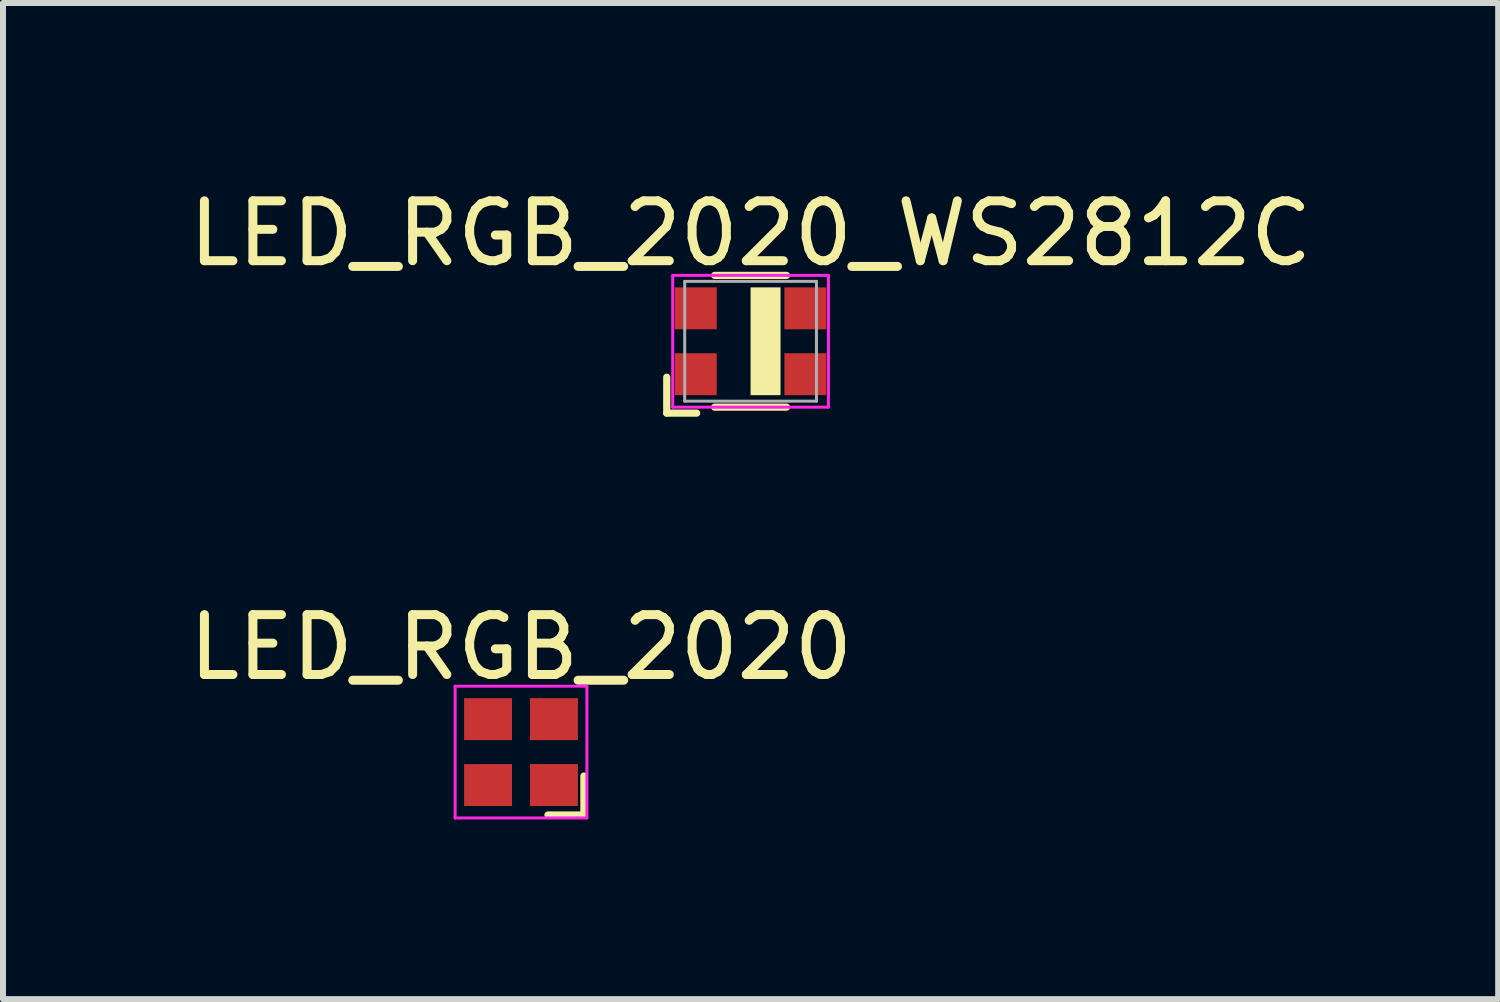
<source format=kicad_pcb>
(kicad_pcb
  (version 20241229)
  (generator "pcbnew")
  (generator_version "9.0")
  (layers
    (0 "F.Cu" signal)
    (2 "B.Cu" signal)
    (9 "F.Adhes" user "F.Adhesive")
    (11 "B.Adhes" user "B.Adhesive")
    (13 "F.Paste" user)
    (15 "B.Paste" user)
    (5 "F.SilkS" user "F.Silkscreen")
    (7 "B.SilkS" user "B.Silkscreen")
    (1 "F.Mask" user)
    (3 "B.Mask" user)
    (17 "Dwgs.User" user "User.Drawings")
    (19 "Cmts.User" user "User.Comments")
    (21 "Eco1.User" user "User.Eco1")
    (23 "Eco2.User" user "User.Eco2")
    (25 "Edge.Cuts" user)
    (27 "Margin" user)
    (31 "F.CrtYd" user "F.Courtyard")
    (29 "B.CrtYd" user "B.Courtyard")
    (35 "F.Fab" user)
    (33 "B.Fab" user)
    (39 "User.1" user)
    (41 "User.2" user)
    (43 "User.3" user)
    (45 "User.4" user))
  (footprint "LED_RGB_2020"
    (layer "F.Cu")
    (at 5.649 9.507)
    (property "Reference" "LED_RGB_2020" (at 0 -1.75 0) (layer "F.SilkS") (effects (font (size 1 1) (thickness 0.15))))
    (attr smd)
    (fp_line (start 1.05 0.4) (end 1.05 1.05) (stroke (width 0.12) (type solid)) (layer "F.SilkS"))
    (fp_line (start 1.05 1.05) (end 0.45 1.05) (stroke (width 0.12) (type solid)) (layer "F.SilkS"))
    (fp_line (start -1.1 -1.1) (end -1.1 1.1) (stroke (width 0.05) (type solid)) (layer "F.CrtYd"))
    (fp_line (start -1.1 1.1) (end 1.1 1.1) (stroke (width 0.05) (type solid)) (layer "F.CrtYd"))
    (fp_line (start 1.1 -1.1) (end -1.1 -1.1) (stroke (width 0.05) (type solid)) (layer "F.CrtYd"))
    (fp_line (start 1.1 1.1) (end 1.1 -1.1) (stroke (width 0.05) (type solid)) (layer "F.CrtYd"))
    (pad "1" smd rect (at 0.55 0.55 180) (size 0.8 0.7) (layers "F.Cu" "F.Mask" "F.Paste"))
    (pad "2" smd rect (at -0.55 0.55) (size 0.8 0.7) (layers "F.Cu" "F.Mask" "F.Paste"))
    (pad "3" smd rect (at -0.55 -0.55) (size 0.8 0.7) (layers "F.Cu" "F.Mask" "F.Paste"))
    (pad "4" smd rect (at 0.55 -0.55 180) (size 0.8 0.7) (layers "F.Cu" "F.Mask" "F.Paste")))
  (footprint "LED_RGB_2020_WS2812C"
    (layer "F.Cu")
    (at 9.482 2.648)
    (property "Reference" "LED_RGB_2020_WS2812C" (at 0 -1.8 0) (layer "F.SilkS") (effects (font (size 1 1) (thickness 0.15))))
    (attr through_hole)
    (fp_line (start -1.4 1.2) (end -1.4 0.6) (stroke (width 0.12) (type solid)) (layer "F.SilkS"))
    (fp_line (start -0.9 1.2) (end -1.4 1.2) (stroke (width 0.12) (type solid)) (layer "F.SilkS"))
    (fp_line (start -0.6 -1.1) (end 0.6 -1.1) (stroke (width 0.12) (type solid)) (layer "F.SilkS"))
    (fp_line (start -0.6 1.1) (end 0.6 1.1) (stroke (width 0.12) (type solid)) (layer "F.SilkS"))
    (fp_poly (pts (xy 0.5 0.9) (xy 0 0.9) (xy 0 -0.9) (xy 0.5 -0.9)) (stroke (width 0) (type solid)) (fill yes) (layer "F.SilkS"))
    (fp_line (start -1.3 -1.1) (end -1.3 1.1) (stroke (width 0.05) (type solid)) (layer "F.CrtYd"))
    (fp_line (start -1.3 1.1) (end 1.3 1.1) (stroke (width 0.05) (type solid)) (layer "F.CrtYd"))
    (fp_line (start 1.3 -1.1) (end -1.3 -1.1) (stroke (width 0.05) (type solid)) (layer "F.CrtYd"))
    (fp_line (start 1.3 1.1) (end 1.3 -1.1) (stroke (width 0.05) (type solid)) (layer "F.CrtYd"))
    (fp_line (start -1.1 -1) (end 1.1 -1) (stroke (width 0.05) (type solid)) (layer "F.Fab"))
    (fp_line (start -1.1 1) (end -1.1 -1) (stroke (width 0.05) (type solid)) (layer "F.Fab"))
    (fp_line (start 1.1 -1) (end 1.1 1) (stroke (width 0.05) (type solid)) (layer "F.Fab"))
    (fp_line (start 1.1 1) (end -1.1 1) (stroke (width 0.05) (type solid)) (layer "F.Fab"))
    (pad "1" smd rect (at -0.915 0.55 180) (size 0.7 0.7) (layers "F.Cu" "F.Mask"))
    (pad "2" smd rect (at 0.915 0.55) (size 0.7 0.7) (layers "F.Cu" "F.Mask"))
    (pad "3" smd rect (at 0.915 -0.55) (size 0.7 0.7) (layers "F.Cu" "F.Mask"))
    (pad "4" smd rect (at -0.915 -0.55 180) (size 0.7 0.7) (layers "F.Cu" "F.Mask")))
  (gr_rect
    (start -3 -3)
    (end 21.964 13.632)
    (stroke (width 0.1) (type default))
    (fill no)
    (layer "Edge.Cuts")))
</source>
